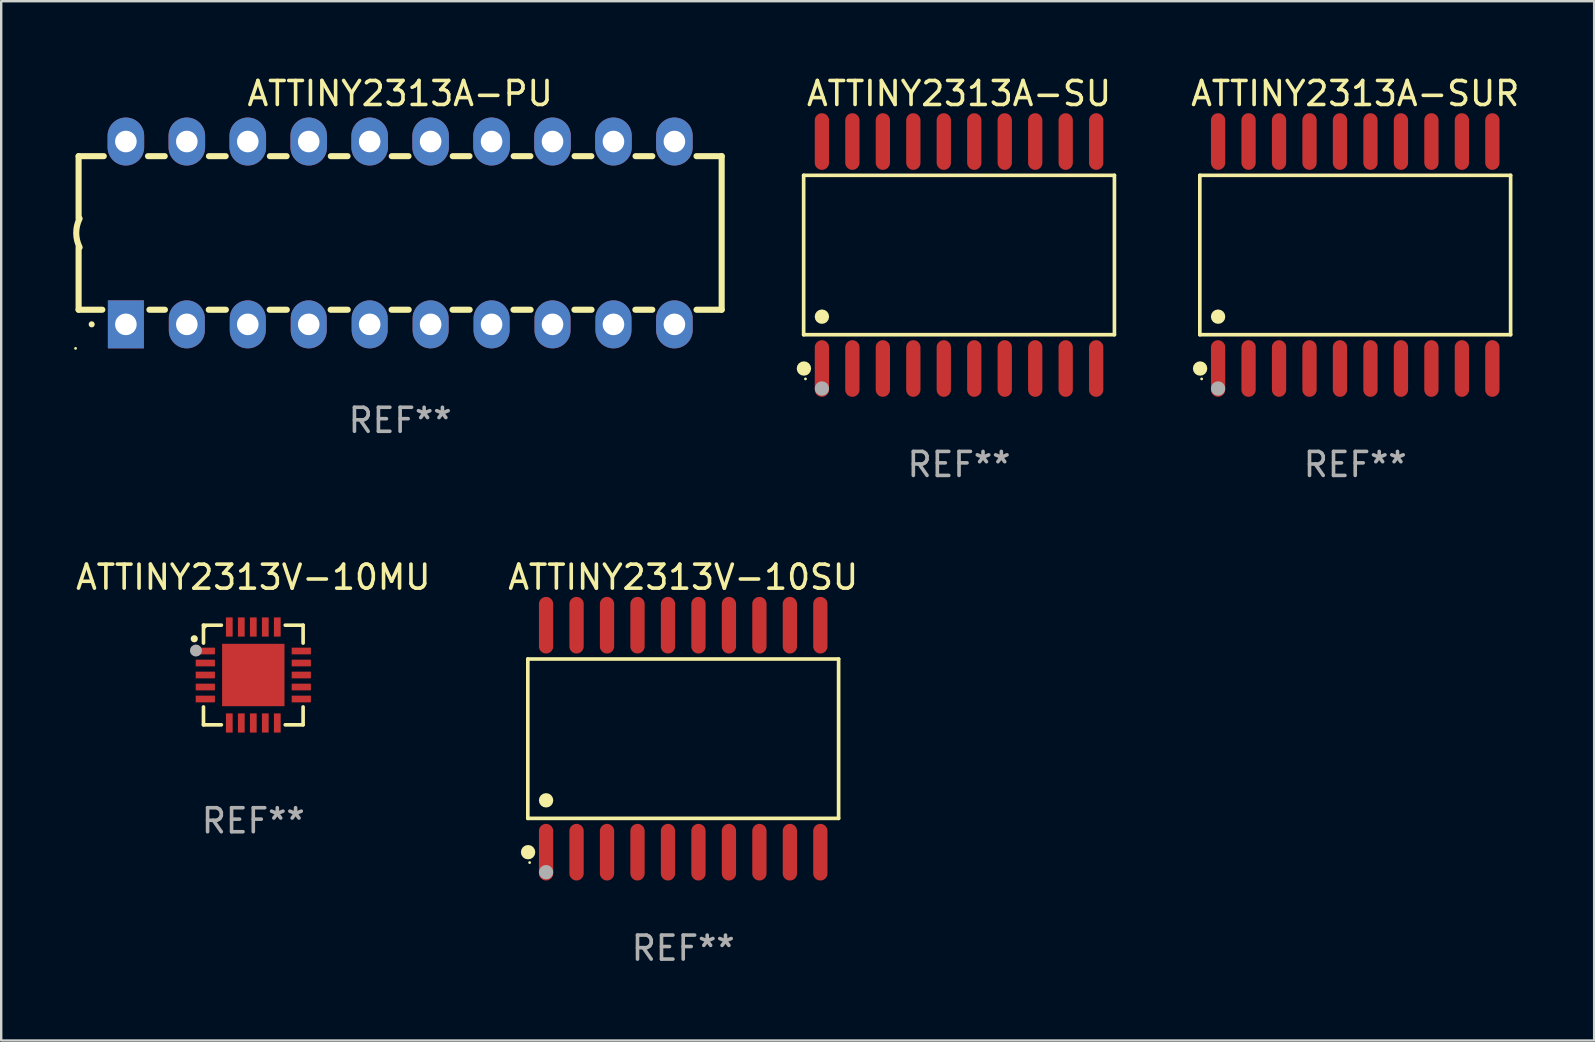
<source format=kicad_pcb>
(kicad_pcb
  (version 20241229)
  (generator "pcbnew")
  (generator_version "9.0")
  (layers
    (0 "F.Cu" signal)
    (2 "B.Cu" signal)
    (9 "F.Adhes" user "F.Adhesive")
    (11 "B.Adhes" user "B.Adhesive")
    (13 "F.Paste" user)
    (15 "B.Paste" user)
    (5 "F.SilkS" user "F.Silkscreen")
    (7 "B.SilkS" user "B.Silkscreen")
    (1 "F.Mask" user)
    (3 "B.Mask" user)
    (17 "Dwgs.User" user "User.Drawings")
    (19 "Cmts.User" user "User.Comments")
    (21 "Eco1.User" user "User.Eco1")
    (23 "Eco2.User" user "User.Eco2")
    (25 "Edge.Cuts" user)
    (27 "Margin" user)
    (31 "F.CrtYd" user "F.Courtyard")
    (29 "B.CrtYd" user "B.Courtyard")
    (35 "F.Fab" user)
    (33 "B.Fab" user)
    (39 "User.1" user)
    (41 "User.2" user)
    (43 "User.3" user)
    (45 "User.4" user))
  (footprint "ATTINY2313V-10MU"
    (layer "F.Cu")
    (at 7.506 25.081)
    (property "Reference" "ATTINY2313V-10MU" (at 0 -4.076 0) (layer "F.SilkS") (effects (font (size 1 1) (thickness 0.15))))
    (attr through_hole)
    (fp_line (start -2.076 -2.076) (end -2.076 -1.331) (stroke (width 0.152) (type solid)) (layer "F.SilkS"))
    (fp_line (start -2.076 2.076) (end -2.076 1.331) (stroke (width 0.152) (type solid)) (layer "F.SilkS"))
    (fp_line (start -1.331 -2.076) (end -2.076 -2.076) (stroke (width 0.152) (type solid)) (layer "F.SilkS"))
    (fp_line (start -1.331 2.076) (end -2.076 2.076) (stroke (width 0.152) (type solid)) (layer "F.SilkS"))
    (fp_line (start 1.331 -2.076) (end 2.076 -2.076) (stroke (width 0.152) (type solid)) (layer "F.SilkS"))
    (fp_line (start 1.331 2.076) (end 2.076 2.076) (stroke (width 0.152) (type solid)) (layer "F.SilkS"))
    (fp_line (start 2.076 -2.076) (end 2.076 -1.331) (stroke (width 0.152) (type solid)) (layer "F.SilkS"))
    (fp_line (start 2.076 2.076) (end 2.076 1.331) (stroke (width 0.152) (type solid)) (layer "F.SilkS"))
    (fp_circle (center -2.46 -1.51) (end -2.385 -1.51) (stroke (width 0.15) (type solid)) (fill no) (layer "F.SilkS"))
    (fp_circle (center -2 -2) (end -1.97 -2) (stroke (width 0.06) (type solid)) (fill no) (layer "F.SilkS"))
    (fp_circle (center -2.39 -1.02) (end -2.265 -1.02) (stroke (width 0.25) (type solid)) (fill no) (layer "F.Fab"))
    (fp_text user "REF**" (at 0 6.076 0) (layer "F.Fab") (effects (font (size 1 1) (thickness 0.15))))
    (pad "1" smd rect (at -2 -1) (size 0.8 0.28) (layers "F.Cu" "F.Mask" "F.Paste"))
    (pad "2" smd rect (at -2 -0.5) (size 0.8 0.28) (layers "F.Cu" "F.Mask" "F.Paste"))
    (pad "3" smd rect (at -2 0) (size 0.8 0.28) (layers "F.Cu" "F.Mask" "F.Paste"))
    (pad "4" smd rect (at -2 0.5) (size 0.8 0.28) (layers "F.Cu" "F.Mask" "F.Paste"))
    (pad "5" smd rect (at -2 1) (size 0.8 0.28) (layers "F.Cu" "F.Mask" "F.Paste"))
    (pad "6" smd rect (at -1 2) (size 0.28 0.8) (layers "F.Cu" "F.Mask" "F.Paste"))
    (pad "7" smd rect (at -0.5 2) (size 0.28 0.8) (layers "F.Cu" "F.Mask" "F.Paste"))
    (pad "8" smd rect (at 0 2) (size 0.28 0.8) (layers "F.Cu" "F.Mask" "F.Paste"))
    (pad "9" smd rect (at 0.5 2) (size 0.28 0.8) (layers "F.Cu" "F.Mask" "F.Paste"))
    (pad "10" smd rect (at 1 2) (size 0.28 0.8) (layers "F.Cu" "F.Mask" "F.Paste"))
    (pad "11" smd rect (at 2 1) (size 0.8 0.28) (layers "F.Cu" "F.Mask" "F.Paste"))
    (pad "12" smd rect (at 2 0.5) (size 0.8 0.28) (layers "F.Cu" "F.Mask" "F.Paste"))
    (pad "13" smd rect (at 2 0) (size 0.8 0.28) (layers "F.Cu" "F.Mask" "F.Paste"))
    (pad "14" smd rect (at 2 -0.5) (size 0.8 0.28) (layers "F.Cu" "F.Mask" "F.Paste"))
    (pad "15" smd rect (at 2 -1) (size 0.8 0.28) (layers "F.Cu" "F.Mask" "F.Paste"))
    (pad "16" smd rect (at 1 -2) (size 0.28 0.8) (layers "F.Cu" "F.Mask" "F.Paste"))
    (pad "17" smd rect (at 0.5 -2) (size 0.28 0.8) (layers "F.Cu" "F.Mask" "F.Paste"))
    (pad "18" smd rect (at 0 -2) (size 0.28 0.8) (layers "F.Cu" "F.Mask" "F.Paste"))
    (pad "19" smd rect (at -0.5 -2) (size 0.28 0.8) (layers "F.Cu" "F.Mask" "F.Paste"))
    (pad "20" smd rect (at -1 -2) (size 0.28 0.8) (layers "F.Cu" "F.Mask" "F.Paste"))
    (pad "21" smd rect (at 0 0) (size 2.6 2.6) (layers "F.Cu" "F.Mask" "F.Paste")))
  (footprint "ATTINY2313A-SU"
    (layer "F.Cu")
    (at 36.918 7.578)
    (property "Reference" "ATTINY2313A-SU" (at 0 -6.73 0) (layer "F.SilkS") (effects (font (size 1 1) (thickness 0.15))))
    (attr through_hole)
    (fp_line (start -6.476 -3.321) (end 6.476 -3.321) (stroke (width 0.152) (type solid)) (layer "F.SilkS"))
    (fp_line (start -6.476 3.321) (end -6.476 -3.321) (stroke (width 0.152) (type solid)) (layer "F.SilkS"))
    (fp_line (start 6.476 -3.321) (end 6.476 3.321) (stroke (width 0.152) (type solid)) (layer "F.SilkS"))
    (fp_line (start 6.476 3.321) (end -6.476 3.321) (stroke (width 0.152) (type solid)) (layer "F.SilkS"))
    (fp_circle (center -6.465 4.73) (end -6.315 4.73) (stroke (width 0.3) (type solid)) (fill no) (layer "F.SilkS"))
    (fp_circle (center -6.4 5.163) (end -6.37 5.163) (stroke (width 0.06) (type solid)) (fill no) (layer "F.SilkS"))
    (fp_circle (center -5.715 2.569) (end -5.565 2.569) (stroke (width 0.3) (type solid)) (fill no) (layer "F.SilkS"))
    (fp_circle (center -5.715 5.563) (end -5.565 5.563) (stroke (width 0.3) (type solid)) (fill no) (layer "F.Fab"))
    (fp_text user "REF**" (at 0 8.73 0) (layer "F.Fab") (effects (font (size 1 1) (thickness 0.15))))
    (pad "1" smd oval (at -5.715 4.73) (size 0.595 2.36) (layers "F.Cu" "F.Mask" "F.Paste"))
    (pad "2" smd oval (at -4.445 4.73) (size 0.595 2.36) (layers "F.Cu" "F.Mask" "F.Paste"))
    (pad "3" smd oval (at -3.175 4.73) (size 0.595 2.36) (layers "F.Cu" "F.Mask" "F.Paste"))
    (pad "4" smd oval (at -1.905 4.73) (size 0.595 2.36) (layers "F.Cu" "F.Mask" "F.Paste"))
    (pad "5" smd oval (at -0.635 4.73) (size 0.595 2.36) (layers "F.Cu" "F.Mask" "F.Paste"))
    (pad "6" smd oval (at 0.635 4.73) (size 0.595 2.36) (layers "F.Cu" "F.Mask" "F.Paste"))
    (pad "7" smd oval (at 1.905 4.73) (size 0.595 2.36) (layers "F.Cu" "F.Mask" "F.Paste"))
    (pad "8" smd oval (at 3.175 4.73) (size 0.595 2.36) (layers "F.Cu" "F.Mask" "F.Paste"))
    (pad "9" smd oval (at 4.445 4.73) (size 0.595 2.36) (layers "F.Cu" "F.Mask" "F.Paste"))
    (pad "10" smd oval (at 5.715 4.73) (size 0.595 2.36) (layers "F.Cu" "F.Mask" "F.Paste"))
    (pad "11" smd oval (at 5.715 -4.73) (size 0.595 2.36) (layers "F.Cu" "F.Mask" "F.Paste"))
    (pad "12" smd oval (at 4.445 -4.73) (size 0.595 2.36) (layers "F.Cu" "F.Mask" "F.Paste"))
    (pad "13" smd oval (at 3.175 -4.73) (size 0.595 2.36) (layers "F.Cu" "F.Mask" "F.Paste"))
    (pad "14" smd oval (at 1.905 -4.73) (size 0.595 2.36) (layers "F.Cu" "F.Mask" "F.Paste"))
    (pad "15" smd oval (at 0.635 -4.73) (size 0.595 2.36) (layers "F.Cu" "F.Mask" "F.Paste"))
    (pad "16" smd oval (at -0.635 -4.73) (size 0.595 2.36) (layers "F.Cu" "F.Mask" "F.Paste"))
    (pad "17" smd oval (at -1.905 -4.73) (size 0.595 2.36) (layers "F.Cu" "F.Mask" "F.Paste"))
    (pad "18" smd oval (at -3.175 -4.73) (size 0.595 2.36) (layers "F.Cu" "F.Mask" "F.Paste"))
    (pad "19" smd oval (at -4.445 -4.73) (size 0.595 2.36) (layers "F.Cu" "F.Mask" "F.Paste"))
    (pad "20" smd oval (at -5.715 -4.73) (size 0.595 2.36) (layers "F.Cu" "F.Mask" "F.Paste")))
  (footprint "ATTINY2313A-PU"
    (layer "F.Cu")
    (at 13.626 6.658)
    (property "Reference" "ATTINY2313A-PU" (at 0 -5.81 0) (layer "F.SilkS") (effects (font (size 1 1) (thickness 0.15))))
    (attr through_hole)
    (fp_line (start -13.4 -3.2) (end -12.351 -3.2) (stroke (width 0.254) (type solid)) (layer "F.SilkS"))
    (fp_line (start -13.4 -0.6) (end -13.4 -3.2) (stroke (width 0.254) (type solid)) (layer "F.SilkS"))
    (fp_line (start -13.4 3.2) (end -13.4 0.6) (stroke (width 0.254) (type solid)) (layer "F.SilkS"))
    (fp_line (start -13.4 3.2) (end -12.411 3.2) (stroke (width 0.254) (type solid)) (layer "F.SilkS"))
    (fp_line (start -10.509 -3.2) (end -9.811 -3.2) (stroke (width 0.254) (type solid)) (layer "F.SilkS"))
    (fp_line (start -10.449 3.2) (end -9.803 3.2) (stroke (width 0.254) (type solid)) (layer "F.SilkS"))
    (fp_line (start -7.977 3.2) (end -7.263 3.2) (stroke (width 0.254) (type solid)) (layer "F.SilkS"))
    (fp_line (start -7.969 -3.2) (end -7.271 -3.2) (stroke (width 0.254) (type solid)) (layer "F.SilkS"))
    (fp_line (start -5.437 3.2) (end -4.723 3.2) (stroke (width 0.254) (type solid)) (layer "F.SilkS"))
    (fp_line (start -5.429 -3.2) (end -4.731 -3.2) (stroke (width 0.254) (type solid)) (layer "F.SilkS"))
    (fp_line (start -2.897 3.2) (end -2.183 3.2) (stroke (width 0.254) (type solid)) (layer "F.SilkS"))
    (fp_line (start -2.889 -3.2) (end -2.191 -3.2) (stroke (width 0.254) (type solid)) (layer "F.SilkS"))
    (fp_line (start -0.357 3.2) (end 0.357 3.2) (stroke (width 0.254) (type solid)) (layer "F.SilkS"))
    (fp_line (start -0.349 -3.2) (end 0.349 -3.2) (stroke (width 0.254) (type solid)) (layer "F.SilkS"))
    (fp_line (start 2.183 3.2) (end 2.897 3.2) (stroke (width 0.254) (type solid)) (layer "F.SilkS"))
    (fp_line (start 2.191 -3.2) (end 2.889 -3.2) (stroke (width 0.254) (type solid)) (layer "F.SilkS"))
    (fp_line (start 4.723 3.2) (end 5.437 3.2) (stroke (width 0.254) (type solid)) (layer "F.SilkS"))
    (fp_line (start 4.731 -3.2) (end 5.429 -3.2) (stroke (width 0.254) (type solid)) (layer "F.SilkS"))
    (fp_line (start 7.263 3.2) (end 7.977 3.2) (stroke (width 0.254) (type solid)) (layer "F.SilkS"))
    (fp_line (start 7.271 -3.2) (end 7.969 -3.2) (stroke (width 0.254) (type solid)) (layer "F.SilkS"))
    (fp_line (start 9.803 3.2) (end 10.509 3.2) (stroke (width 0.254) (type solid)) (layer "F.SilkS"))
    (fp_line (start 9.811 -3.2) (end 10.509 -3.2) (stroke (width 0.254) (type solid)) (layer "F.SilkS"))
    (fp_line (start 12.351 -3.2) (end 13.4 -3.2) (stroke (width 0.254) (type solid)) (layer "F.SilkS"))
    (fp_line (start 12.351 3.2) (end 13.4 3.2) (stroke (width 0.254) (type solid)) (layer "F.SilkS"))
    (fp_line (start 13.4 -3.2) (end 13.4 3.2) (stroke (width 0.254) (type solid)) (layer "F.SilkS"))
    (fp_arc (start -13.357557 0.599721) (mid -13.499295 0.000123) (end -13.358598 -0.599721) (stroke (width 0.254001) (type solid)) (layer "F.SilkS"))
    (fp_arc (start -12.854966 3.810008) (mid -12.854973 3.808738) (end -12.854966 3.807468) (stroke (width 0.25) (type solid)) (layer "F.SilkS"))
    (fp_circle (center -13.527 4.81) (end -13.497 4.81) (stroke (width 0.06) (type solid)) (fill no) (layer "F.SilkS"))
    (fp_text user "REF**" (at 0 7.81 0) (layer "F.Fab") (effects (font (size 1 1) (thickness 0.15))))
    (pad "1" thru_hole rect (at -11.43 3.81 90) (size 2 1.5) (drill 0.9) (layers "*.Cu" "*.Mask"))
    (pad "2" thru_hole oval (at -8.89 3.81 90) (size 2 1.5) (drill 0.9) (layers "*.Cu" "*.Mask"))
    (pad "3" thru_hole oval (at -6.35 3.81 90) (size 2 1.5) (drill 0.9) (layers "*.Cu" "*.Mask"))
    (pad "4" thru_hole oval (at -3.81 3.81 90) (size 2 1.5) (drill 0.9) (layers "*.Cu" "*.Mask"))
    (pad "5" thru_hole oval (at -1.27 3.81 90) (size 2 1.5) (drill 0.9) (layers "*.Cu" "*.Mask"))
    (pad "6" thru_hole oval (at 1.27 3.81 90) (size 2 1.5) (drill 0.9) (layers "*.Cu" "*.Mask"))
    (pad "7" thru_hole oval (at 3.81 3.81 90) (size 2 1.5) (drill 0.9) (layers "*.Cu" "*.Mask"))
    (pad "8" thru_hole oval (at 6.35 3.81 90) (size 2 1.5) (drill 0.9) (layers "*.Cu" "*.Mask"))
    (pad "9" thru_hole oval (at 8.89 3.81 90) (size 2 1.5) (drill 0.9) (layers "*.Cu" "*.Mask"))
    (pad "10" thru_hole oval (at 11.43 3.81 90) (size 2 1.524) (drill 0.9) (layers "*.Cu" "*.Mask"))
    (pad "11" thru_hole oval (at 11.43 -3.81 90) (size 2 1.524) (drill 0.9) (layers "*.Cu" "*.Mask"))
    (pad "12" thru_hole oval (at 8.89 -3.81 90) (size 2 1.524) (drill 0.9) (layers "*.Cu" "*.Mask"))
    (pad "13" thru_hole oval (at 6.35 -3.81 90) (size 2 1.524) (drill 0.9) (layers "*.Cu" "*.Mask"))
    (pad "14" thru_hole oval (at 3.81 -3.81 90) (size 2 1.524) (drill 0.9) (layers "*.Cu" "*.Mask"))
    (pad "15" thru_hole oval (at 1.27 -3.81 90) (size 2 1.524) (drill 0.9) (layers "*.Cu" "*.Mask"))
    (pad "16" thru_hole oval (at -1.27 -3.81 90) (size 2 1.524) (drill 0.9) (layers "*.Cu" "*.Mask"))
    (pad "17" thru_hole oval (at -3.81 -3.81 90) (size 2 1.524) (drill 0.9) (layers "*.Cu" "*.Mask"))
    (pad "18" thru_hole oval (at -6.35 -3.81 90) (size 2 1.524) (drill 0.9) (layers "*.Cu" "*.Mask"))
    (pad "19" thru_hole oval (at -8.89 -3.81 90) (size 2 1.524) (drill 0.9) (layers "*.Cu" "*.Mask"))
    (pad "20" thru_hole oval (at -11.43 -3.81 90) (size 2 1.524) (drill 0.9) (layers "*.Cu" "*.Mask")))
  (footprint "ATTINY2313A-SUR"
    (layer "F.Cu")
    (at 53.429 7.578)
    (property "Reference" "ATTINY2313A-SUR" (at 0 -6.73 0) (layer "F.SilkS") (effects (font (size 1 1) (thickness 0.15))))
    (attr through_hole)
    (fp_line (start -6.476 -3.321) (end 6.476 -3.321) (stroke (width 0.152) (type solid)) (layer "F.SilkS"))
    (fp_line (start -6.476 3.321) (end -6.476 -3.321) (stroke (width 0.152) (type solid)) (layer "F.SilkS"))
    (fp_line (start 6.476 -3.321) (end 6.476 3.321) (stroke (width 0.152) (type solid)) (layer "F.SilkS"))
    (fp_line (start 6.476 3.321) (end -6.476 3.321) (stroke (width 0.152) (type solid)) (layer "F.SilkS"))
    (fp_circle (center -6.465 4.73) (end -6.315 4.73) (stroke (width 0.3) (type solid)) (fill no) (layer "F.SilkS"))
    (fp_circle (center -6.4 5.163) (end -6.37 5.163) (stroke (width 0.06) (type solid)) (fill no) (layer "F.SilkS"))
    (fp_circle (center -5.715 2.569) (end -5.565 2.569) (stroke (width 0.3) (type solid)) (fill no) (layer "F.SilkS"))
    (fp_circle (center -5.715 5.563) (end -5.565 5.563) (stroke (width 0.3) (type solid)) (fill no) (layer "F.Fab"))
    (fp_text user "REF**" (at 0 8.73 0) (layer "F.Fab") (effects (font (size 1 1) (thickness 0.15))))
    (pad "1" smd oval (at -5.715 4.73) (size 0.595 2.36) (layers "F.Cu" "F.Mask" "F.Paste"))
    (pad "2" smd oval (at -4.445 4.73) (size 0.595 2.36) (layers "F.Cu" "F.Mask" "F.Paste"))
    (pad "3" smd oval (at -3.175 4.73) (size 0.595 2.36) (layers "F.Cu" "F.Mask" "F.Paste"))
    (pad "4" smd oval (at -1.905 4.73) (size 0.595 2.36) (layers "F.Cu" "F.Mask" "F.Paste"))
    (pad "5" smd oval (at -0.635 4.73) (size 0.595 2.36) (layers "F.Cu" "F.Mask" "F.Paste"))
    (pad "6" smd oval (at 0.635 4.73) (size 0.595 2.36) (layers "F.Cu" "F.Mask" "F.Paste"))
    (pad "7" smd oval (at 1.905 4.73) (size 0.595 2.36) (layers "F.Cu" "F.Mask" "F.Paste"))
    (pad "8" smd oval (at 3.175 4.73) (size 0.595 2.36) (layers "F.Cu" "F.Mask" "F.Paste"))
    (pad "9" smd oval (at 4.445 4.73) (size 0.595 2.36) (layers "F.Cu" "F.Mask" "F.Paste"))
    (pad "10" smd oval (at 5.715 4.73) (size 0.595 2.36) (layers "F.Cu" "F.Mask" "F.Paste"))
    (pad "11" smd oval (at 5.715 -4.73) (size 0.595 2.36) (layers "F.Cu" "F.Mask" "F.Paste"))
    (pad "12" smd oval (at 4.445 -4.73) (size 0.595 2.36) (layers "F.Cu" "F.Mask" "F.Paste"))
    (pad "13" smd oval (at 3.175 -4.73) (size 0.595 2.36) (layers "F.Cu" "F.Mask" "F.Paste"))
    (pad "14" smd oval (at 1.905 -4.73) (size 0.595 2.36) (layers "F.Cu" "F.Mask" "F.Paste"))
    (pad "15" smd oval (at 0.635 -4.73) (size 0.595 2.36) (layers "F.Cu" "F.Mask" "F.Paste"))
    (pad "16" smd oval (at -0.635 -4.73) (size 0.595 2.36) (layers "F.Cu" "F.Mask" "F.Paste"))
    (pad "17" smd oval (at -1.905 -4.73) (size 0.595 2.36) (layers "F.Cu" "F.Mask" "F.Paste"))
    (pad "18" smd oval (at -3.175 -4.73) (size 0.595 2.36) (layers "F.Cu" "F.Mask" "F.Paste"))
    (pad "19" smd oval (at -4.445 -4.73) (size 0.595 2.36) (layers "F.Cu" "F.Mask" "F.Paste"))
    (pad "20" smd oval (at -5.715 -4.73) (size 0.595 2.36) (layers "F.Cu" "F.Mask" "F.Paste")))
  (footprint "ATTINY2313V-10SU"
    (layer "F.Cu")
    (at 25.423 27.735)
    (property "Reference" "ATTINY2313V-10SU" (at 0 -6.73 0) (layer "F.SilkS") (effects (font (size 1 1) (thickness 0.15))))
    (attr through_hole)
    (fp_line (start -6.476 -3.321) (end 6.476 -3.321) (stroke (width 0.152) (type solid)) (layer "F.SilkS"))
    (fp_line (start -6.476 3.321) (end -6.476 -3.321) (stroke (width 0.152) (type solid)) (layer "F.SilkS"))
    (fp_line (start 6.476 -3.321) (end 6.476 3.321) (stroke (width 0.152) (type solid)) (layer "F.SilkS"))
    (fp_line (start 6.476 3.321) (end -6.476 3.321) (stroke (width 0.152) (type solid)) (layer "F.SilkS"))
    (fp_circle (center -6.465 4.73) (end -6.315 4.73) (stroke (width 0.3) (type solid)) (fill no) (layer "F.SilkS"))
    (fp_circle (center -6.4 5.163) (end -6.37 5.163) (stroke (width 0.06) (type solid)) (fill no) (layer "F.SilkS"))
    (fp_circle (center -5.715 2.569) (end -5.565 2.569) (stroke (width 0.3) (type solid)) (fill no) (layer "F.SilkS"))
    (fp_circle (center -5.715 5.563) (end -5.565 5.563) (stroke (width 0.3) (type solid)) (fill no) (layer "F.Fab"))
    (fp_text user "REF**" (at 0 8.73 0) (layer "F.Fab") (effects (font (size 1 1) (thickness 0.15))))
    (pad "1" smd oval (at -5.715 4.73) (size 0.595 2.36) (layers "F.Cu" "F.Mask" "F.Paste"))
    (pad "2" smd oval (at -4.445 4.73) (size 0.595 2.36) (layers "F.Cu" "F.Mask" "F.Paste"))
    (pad "3" smd oval (at -3.175 4.73) (size 0.595 2.36) (layers "F.Cu" "F.Mask" "F.Paste"))
    (pad "4" smd oval (at -1.905 4.73) (size 0.595 2.36) (layers "F.Cu" "F.Mask" "F.Paste"))
    (pad "5" smd oval (at -0.635 4.73) (size 0.595 2.36) (layers "F.Cu" "F.Mask" "F.Paste"))
    (pad "6" smd oval (at 0.635 4.73) (size 0.595 2.36) (layers "F.Cu" "F.Mask" "F.Paste"))
    (pad "7" smd oval (at 1.905 4.73) (size 0.595 2.36) (layers "F.Cu" "F.Mask" "F.Paste"))
    (pad "8" smd oval (at 3.175 4.73) (size 0.595 2.36) (layers "F.Cu" "F.Mask" "F.Paste"))
    (pad "9" smd oval (at 4.445 4.73) (size 0.595 2.36) (layers "F.Cu" "F.Mask" "F.Paste"))
    (pad "10" smd oval (at 5.715 4.73) (size 0.595 2.36) (layers "F.Cu" "F.Mask" "F.Paste"))
    (pad "11" smd oval (at 5.715 -4.73) (size 0.595 2.36) (layers "F.Cu" "F.Mask" "F.Paste"))
    (pad "12" smd oval (at 4.445 -4.73) (size 0.595 2.36) (layers "F.Cu" "F.Mask" "F.Paste"))
    (pad "13" smd oval (at 3.175 -4.73) (size 0.595 2.36) (layers "F.Cu" "F.Mask" "F.Paste"))
    (pad "14" smd oval (at 1.905 -4.73) (size 0.595 2.36) (layers "F.Cu" "F.Mask" "F.Paste"))
    (pad "15" smd oval (at 0.635 -4.73) (size 0.595 2.36) (layers "F.Cu" "F.Mask" "F.Paste"))
    (pad "16" smd oval (at -0.635 -4.73) (size 0.595 2.36) (layers "F.Cu" "F.Mask" "F.Paste"))
    (pad "17" smd oval (at -1.905 -4.73) (size 0.595 2.36) (layers "F.Cu" "F.Mask" "F.Paste"))
    (pad "18" smd oval (at -3.175 -4.73) (size 0.595 2.36) (layers "F.Cu" "F.Mask" "F.Paste"))
    (pad "19" smd oval (at -4.445 -4.73) (size 0.595 2.36) (layers "F.Cu" "F.Mask" "F.Paste"))
    (pad "20" smd oval (at -5.715 -4.73) (size 0.595 2.36) (layers "F.Cu" "F.Mask" "F.Paste")))
  (gr_rect
    (start -3 -3)
    (end 63.387 40.313)
    (stroke (width 0.1) (type default))
    (fill no)
    (layer "Edge.Cuts")))
</source>
